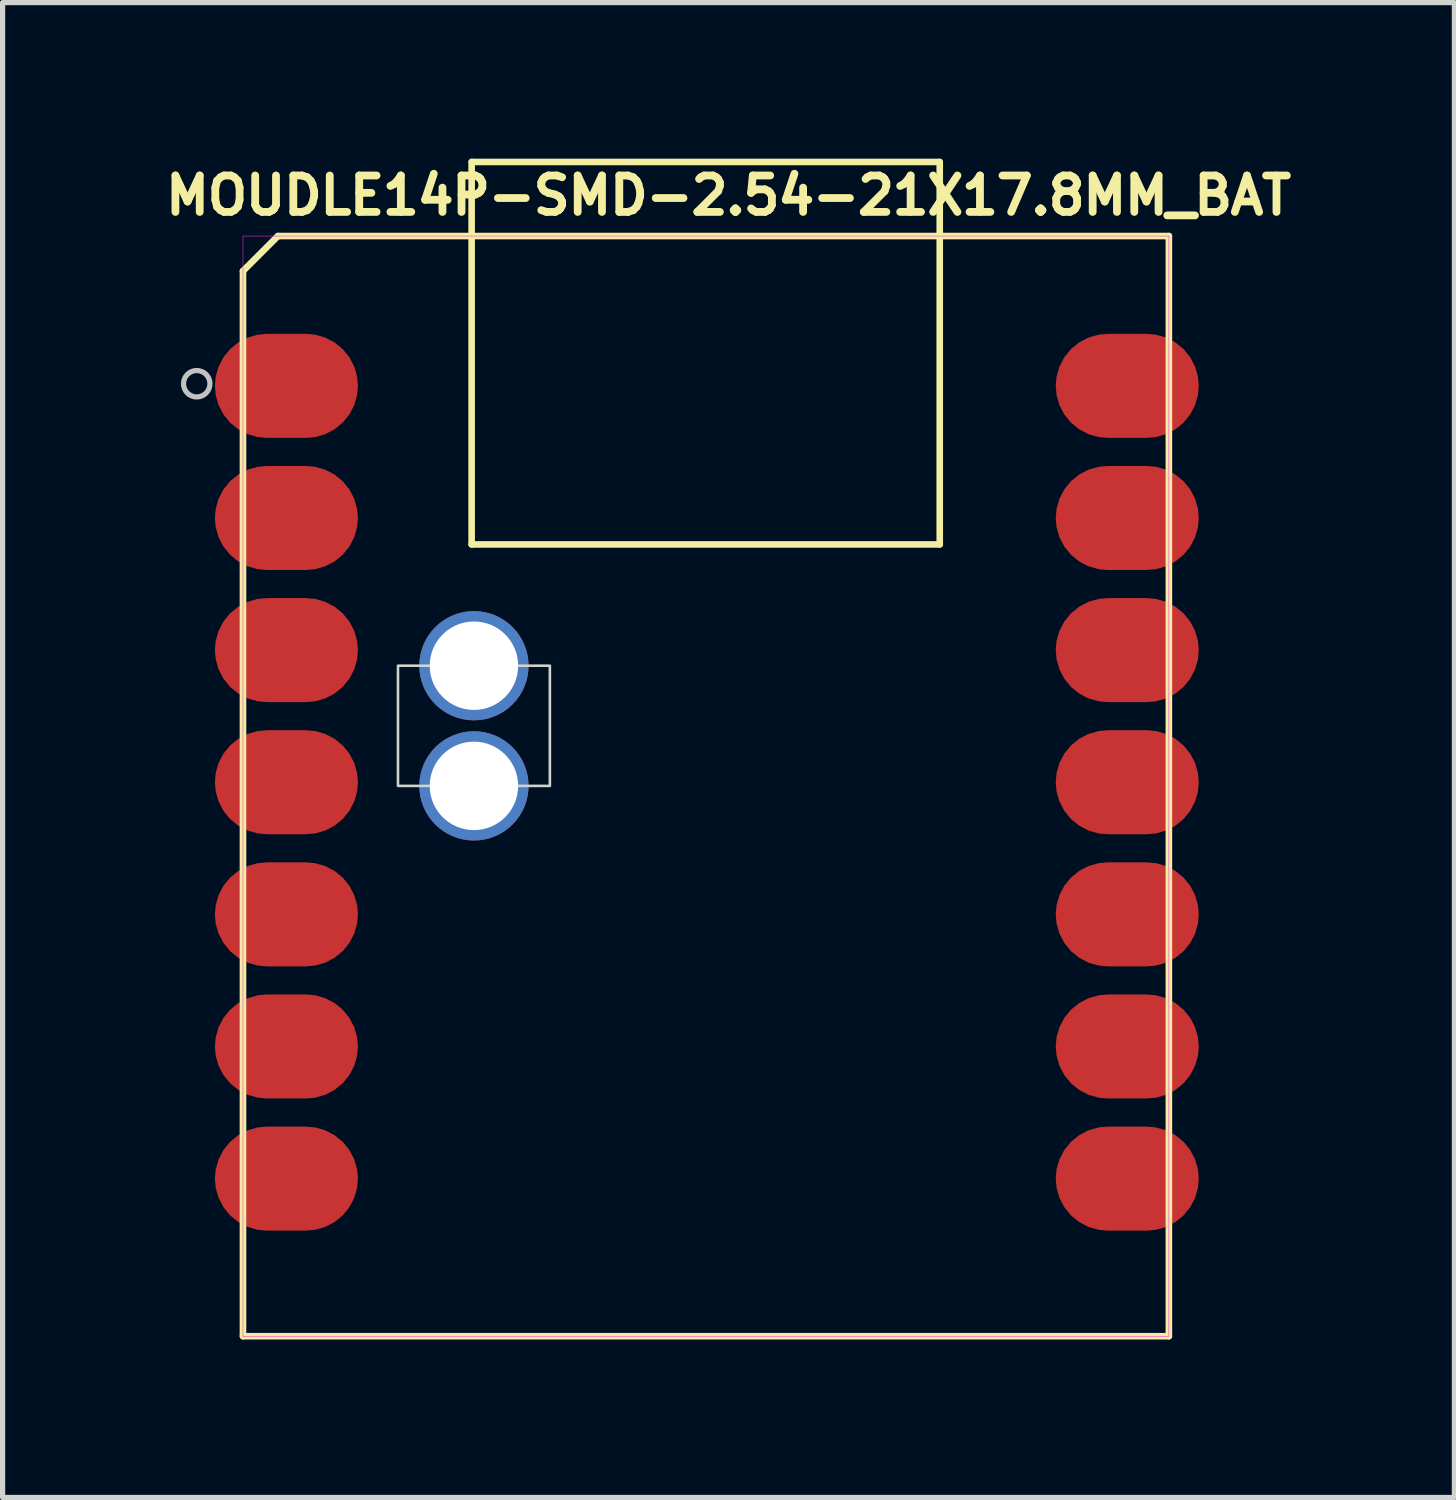
<source format=kicad_pcb>
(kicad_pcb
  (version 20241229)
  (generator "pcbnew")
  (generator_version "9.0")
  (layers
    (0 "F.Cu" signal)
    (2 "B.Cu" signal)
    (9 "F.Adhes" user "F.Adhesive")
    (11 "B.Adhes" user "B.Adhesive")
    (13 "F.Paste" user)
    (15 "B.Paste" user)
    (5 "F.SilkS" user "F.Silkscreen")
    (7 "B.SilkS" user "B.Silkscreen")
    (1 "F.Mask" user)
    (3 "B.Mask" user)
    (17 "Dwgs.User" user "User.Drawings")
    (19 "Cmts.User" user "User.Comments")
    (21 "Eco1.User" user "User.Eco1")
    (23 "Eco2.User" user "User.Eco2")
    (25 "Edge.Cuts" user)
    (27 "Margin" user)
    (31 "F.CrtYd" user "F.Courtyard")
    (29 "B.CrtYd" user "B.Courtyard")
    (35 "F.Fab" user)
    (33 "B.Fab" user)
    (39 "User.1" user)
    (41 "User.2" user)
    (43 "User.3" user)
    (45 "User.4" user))
  (footprint "MOUDLE14P-SMD-2.54-21X17.8MM_BAT"
    (layer "F.Cu")
    (at 1.621 22.488)
    (property "Reference" "MOUDLE14P-SMD-2.54-21X17.8MM_BAT" (at 9.335 -21.78 0) (layer "F.SilkS") (effects (font (size 0.7 0.7) (thickness 0.15))))
    (attr through_hole)
    (fp_line (start 0 -20.328) (end 0 0.15) (stroke (width 0.127) (type solid)) (layer "F.SilkS"))
    (fp_line (start 0 0.15) (end 17.8 0.15) (stroke (width 0.127) (type solid)) (layer "F.SilkS"))
    (fp_line (start 0.672 -21) (end 0 -20.328) (stroke (width 0.127) (type solid)) (layer "F.SilkS"))
    (fp_line (start 4.396 -15.072) (end 4.396 -22.425) (stroke (width 0.127) (type solid)) (layer "F.SilkS"))
    (fp_line (start 4.4 -22.424) (end 13.395 -22.424) (stroke (width 0.127) (type solid)) (layer "F.SilkS"))
    (fp_line (start 13.395 -22.424) (end 13.395 -15.072) (stroke (width 0.127) (type solid)) (layer "F.SilkS"))
    (fp_line (start 13.395 -15.072) (end 4.396 -15.072) (stroke (width 0.127) (type solid)) (layer "F.SilkS"))
    (fp_line (start 17.8 -21) (end 0.672 -21) (stroke (width 0.127) (type solid)) (layer "F.SilkS"))
    (fp_line (start 17.8 0.15) (end 17.8 -21) (stroke (width 0.127) (type solid)) (layer "F.SilkS"))
    (fp_circle (center -0.889 -18.161) (end -0.635 -18.161) (stroke (width 0.1) (type solid)) (fill no) (layer "Dwgs.User"))
    (fp_rect (start 2.98 -12.74) (end 5.9 -10.43) (stroke (width 0.05) (type default)) (fill no) (layer "Edge.Cuts"))
    (fp_poly (pts (xy 0 -21) (xy 17.8 -21) (xy 17.8 0.155) (xy 0 0.155)) (stroke (width 0.01) (type solid)) (fill no) (layer "F.CrtYd"))
    (pad "1" smd roundrect (at 0.835 -18.12) (size 2.75 2) (layers "F.Cu" "F.Mask" "F.Paste") (roundrect_rratio 0.5))
    (pad "2" smd roundrect (at 0.835 -15.58) (size 2.75 2) (layers "F.Cu" "F.Mask" "F.Paste") (roundrect_rratio 0.5))
    (pad "3" smd roundrect (at 0.835 -13.04) (size 2.75 2) (layers "F.Cu" "F.Mask" "F.Paste") (roundrect_rratio 0.5))
    (pad "4" smd roundrect (at 0.835 -10.5) (size 2.75 2) (layers "F.Cu" "F.Mask" "F.Paste") (roundrect_rratio 0.5))
    (pad "5" smd roundrect (at 0.835 -7.96) (size 2.75 2) (layers "F.Cu" "F.Mask" "F.Paste") (roundrect_rratio 0.5))
    (pad "6" smd roundrect (at 0.835 -5.42) (size 2.75 2) (layers "F.Cu" "F.Mask" "F.Paste") (roundrect_rratio 0.5))
    (pad "7" smd roundrect (at 0.835 -2.88) (size 2.75 2) (layers "F.Cu" "F.Mask" "F.Paste") (roundrect_rratio 0.5))
    (pad "8" smd roundrect (at 17 -2.88) (size 2.75 2) (layers "F.Cu" "F.Mask" "F.Paste") (roundrect_rratio 0.5))
    (pad "9" smd roundrect (at 17 -5.42) (size 2.75 2) (layers "F.Cu" "F.Mask" "F.Paste") (roundrect_rratio 0.5))
    (pad "10" smd roundrect (at 17 -7.96) (size 2.75 2) (layers "F.Cu" "F.Mask" "F.Paste") (roundrect_rratio 0.5))
    (pad "11" smd roundrect (at 17 -10.5) (size 2.75 2) (layers "F.Cu" "F.Mask" "F.Paste") (roundrect_rratio 0.5))
    (pad "12" smd roundrect (at 17 -13.04) (size 2.75 2) (layers "F.Cu" "F.Mask" "F.Paste") (roundrect_rratio 0.5))
    (pad "13" smd roundrect (at 17 -15.58) (size 2.75 2) (layers "F.Cu" "F.Mask" "F.Paste") (roundrect_rratio 0.5))
    (pad "14" smd roundrect (at 17 -18.12) (size 2.75 2) (layers "F.Cu" "F.Mask" "F.Paste") (roundrect_rratio 0.5))
    (pad "15" thru_hole circle (at 4.44 -10.43) (size 2.1 2.1) (drill 1.7) (layers "*.Cu" "*.Mask"))
    (pad "16" thru_hole circle (at 4.44 -12.74) (size 2.1 2.1) (drill 1.7) (layers "*.Cu" "*.Mask"))
    (zone (net_name "") (layer "F.Cu") (hatch full 0.508) (connect_pads) (min_thickness 0.01) (filled_areas_thickness no) (keepout (tracks not_allowed) (vias not_allowed) (pads not_allowed) (copperpour not_allowed) (footprints allowed)) (placement (enabled no)) (fill) (polygon (pts (xy 5.304 1.407) (xy 7.082 1.407) (xy 7.082 4.074) (xy 5.304 4.074))))
    (zone (net_name "") (layer "F.Cu") (hatch full 0.508) (connect_pads) (min_thickness 0.01) (filled_areas_thickness no) (keepout (tracks not_allowed) (vias not_allowed) (pads not_allowed) (copperpour not_allowed) (footprints allowed)) (placement (enabled no)) (fill) (polygon (pts (xy 5.304 5.471) (xy 7.082 5.471) (xy 7.082 8.137) (xy 5.304 8.137))))
    (zone (net_name "") (layer "F.Cu") (hatch full 0.508) (connect_pads) (min_thickness 0.01) (filled_areas_thickness no) (keepout (tracks not_allowed) (vias not_allowed) (pads not_allowed) (copperpour not_allowed) (footprints allowed)) (placement (enabled no)) (fill) (polygon (pts (xy 7.971 2.168) (xy 13.178 2.168) (xy 13.178 12.326) (xy 7.971 12.326))))
    (zone (net_name "") (layer "F.Cu") (hatch full 0.508) (connect_pads) (min_thickness 0.01) (filled_areas_thickness no) (keepout (tracks not_allowed) (vias not_allowed) (pads not_allowed) (copperpour not_allowed) (footprints allowed)) (placement (enabled no)) (fill) (polygon (pts (xy 9.613 12.329) (xy 13.677 12.329) (xy 13.677 15.938) (xy 9.613 15.938))))
    (zone (net_name "") (layer "F.Cu") (hatch full 0.508) (connect_pads) (min_thickness 0.01) (filled_areas_thickness no) (keepout (tracks not_allowed) (vias not_allowed) (pads not_allowed) (copperpour not_allowed) (footprints allowed)) (placement (enabled no)) (fill) (polygon (pts (xy 13.94 1.407) (xy 15.718 1.407) (xy 15.718 4.074) (xy 13.94 4.074))))
    (zone (net_name "") (layer "F.Cu") (hatch full 0.508) (connect_pads) (min_thickness 0.01) (filled_areas_thickness no) (keepout (tracks not_allowed) (vias not_allowed) (pads not_allowed) (copperpour not_allowed) (footprints allowed)) (placement (enabled no)) (fill) (polygon (pts (xy 13.94 5.471) (xy 15.718 5.471) (xy 15.718 8.137) (xy 13.94 8.137))))
    (zone (net_name "") (layer "Cmts.User") (hatch full 0.508) (connect_pads) (min_thickness 0.01) (filled_areas_thickness no) (keepout (tracks not_allowed) (vias not_allowed) (pads not_allowed) (copperpour not_allowed) (footprints allowed)) (placement (enabled no)) (fill) (polygon (pts (xy 4.605 8.952) (xy 7.526 8.952) (xy 7.526 12.857) (xy 4.605 12.857)))))
  (gr_rect
    (start -3 -3)
    (end 24.91 25.738)
    (stroke (width 0.1) (type default))
    (fill no)
    (layer "Edge.Cuts")))
</source>
